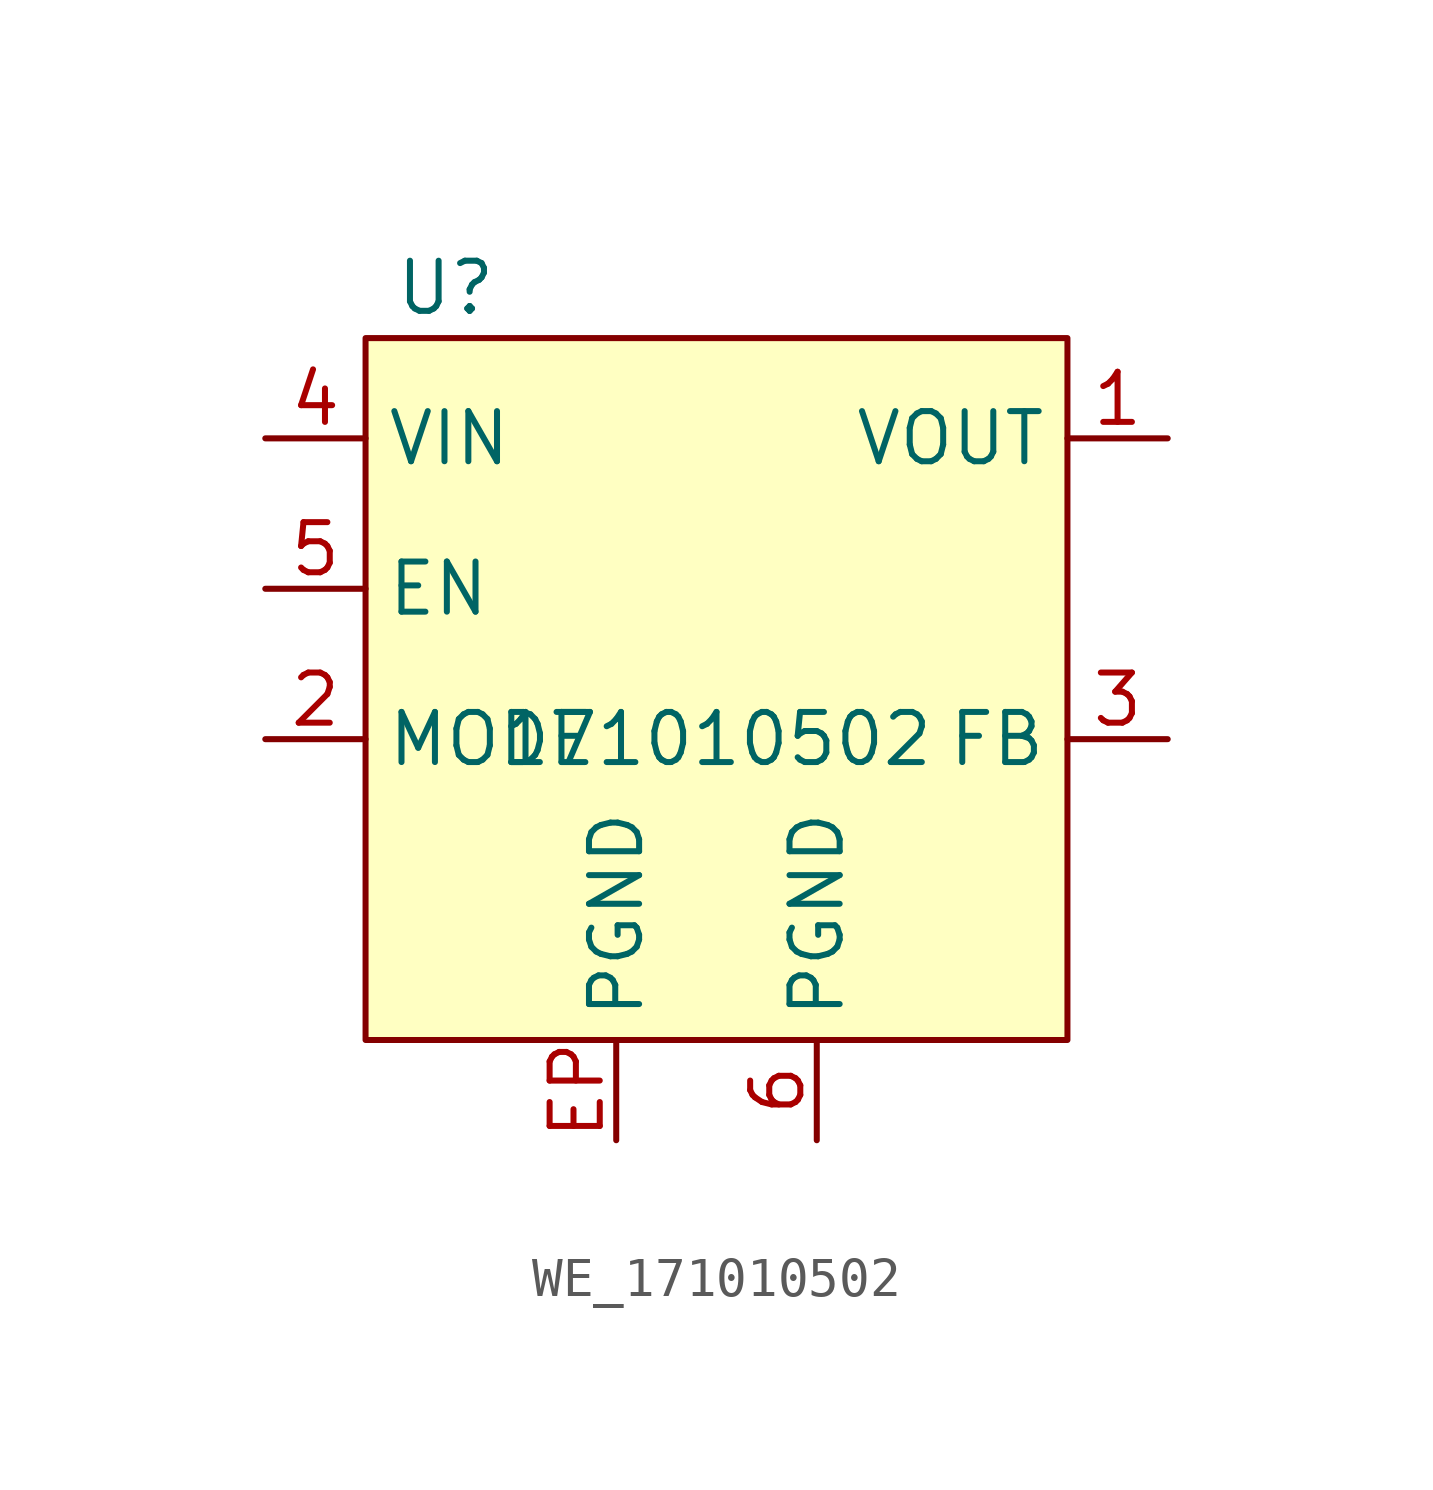
<source format=kicad_sym>
(kicad_symbol_lib
  (version 20231120)
  (generator "kicad_symbol_editor")
  (generator_version "8.0")
  (symbol "WE_171010502"
    (property "Reference" "U"
      (at -6.858 11.43 0)
      (effects (font (size 1.27 1.27))))
    (property "Value" "171010502"
      (at 0 0 0)
      (effects (font (size 1.27 1.27))))
    (symbol "WE_171010502_1_1"
      (rectangle (start -8.89 10.16) (end 8.89 -7.62) (stroke (width 0) (type default)) (fill (type background)))
      (pin passive line (at 11.43 7.62 180) (length 2.54) (name "VOUT" (effects (font (size 1.27 1.27)))) (number "1" (effects (font (size 1.27 1.27)))))
      (pin passive line (at -11.43 0 0) (length 2.54) (name "MODE" (effects (font (size 1.27 1.27)))) (number "2" (effects (font (size 1.27 1.27)))))
      (pin passive line (at 11.43 0 180) (length 2.54) (name "FB" (effects (font (size 1.27 1.27)))) (number "3" (effects (font (size 1.27 1.27)))))
      (pin passive line (at -11.43 7.62 0) (length 2.54) (name "VIN" (effects (font (size 1.27 1.27)))) (number "4" (effects (font (size 1.27 1.27)))))
      (pin passive line (at -11.43 3.81 0) (length 2.54) (name "EN" (effects (font (size 1.27 1.27)))) (number "5" (effects (font (size 1.27 1.27)))))
      (pin passive line (at 2.54 -10.16 90) (length 2.54) (name "PGND" (effects (font (size 1.27 1.27)))) (number "6" (effects (font (size 1.27 1.27)))))
      (pin passive line (at -2.54 -10.16 90) (length 2.54) (name "PGND" (effects (font (size 1.27 1.27)))) (number "EP" (effects (font (size 1.27 1.27))))))))
</source>
